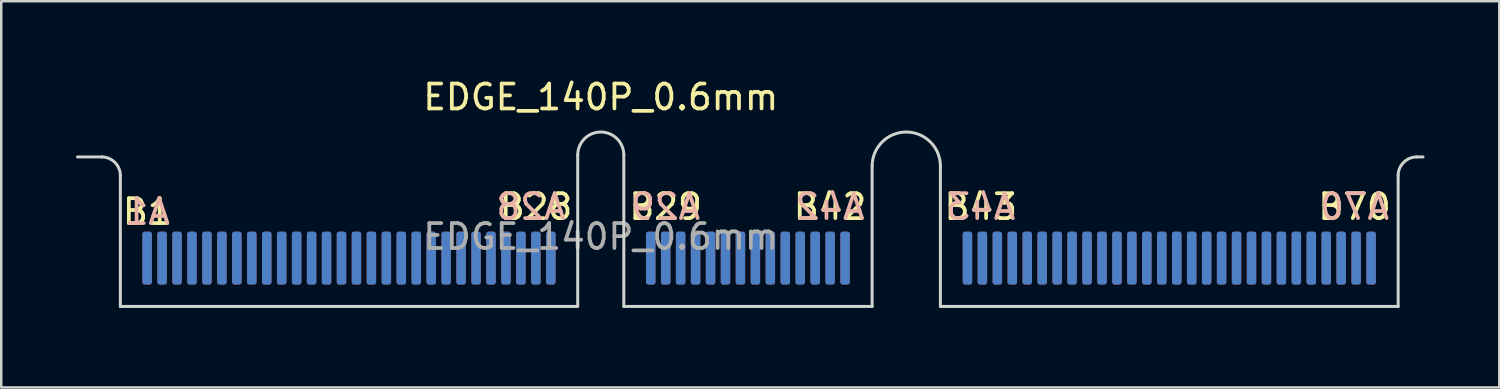
<source format=kicad_pcb>
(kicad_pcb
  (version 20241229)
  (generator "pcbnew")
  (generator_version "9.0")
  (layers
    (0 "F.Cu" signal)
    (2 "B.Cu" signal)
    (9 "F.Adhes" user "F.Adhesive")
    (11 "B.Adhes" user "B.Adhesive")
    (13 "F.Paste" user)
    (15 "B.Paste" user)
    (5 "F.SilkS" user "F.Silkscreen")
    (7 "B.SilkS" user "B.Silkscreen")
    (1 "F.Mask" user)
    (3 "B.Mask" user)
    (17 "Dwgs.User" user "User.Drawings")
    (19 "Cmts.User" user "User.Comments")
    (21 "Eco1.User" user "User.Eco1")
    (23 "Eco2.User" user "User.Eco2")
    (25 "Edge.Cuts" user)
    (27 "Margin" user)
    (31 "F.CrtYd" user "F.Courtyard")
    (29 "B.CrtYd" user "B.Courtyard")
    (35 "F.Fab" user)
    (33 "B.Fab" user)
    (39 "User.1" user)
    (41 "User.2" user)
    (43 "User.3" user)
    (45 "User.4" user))
  (footprint "EDGE_140P_0.6mm"
    (layer "F.Cu")
    (at 21.06 9.248)
    (property "Reference" "EDGE_140P_0.6mm" (at 0 -8.4 0) (unlocked yes) (layer "F.SilkS") (effects (font (size 1 1) (thickness 0.15))))
    (attr smd)
    (fp_line (start -20.03 -6) (end -21 -6) (stroke (width 0.12) (type solid)) (layer "Edge.Cuts"))
    (fp_line (start -19.28 0) (end -19.28 -5.25) (stroke (width 0.12) (type solid)) (layer "Edge.Cuts"))
    (fp_line (start -0.95 0) (end -19.28 0) (stroke (width 0.12) (type solid)) (layer "Edge.Cuts"))
    (fp_line (start -0.925 0) (end -0.925 -6.075) (stroke (width 0.12) (type solid)) (layer "Edge.Cuts"))
    (fp_line (start 0.925 -6.075) (end 0.925 0) (stroke (width 0.12) (type solid)) (layer "Edge.Cuts"))
    (fp_line (start 0.925 0) (end 10.89 0) (stroke (width 0.12) (type solid)) (layer "Edge.Cuts"))
    (fp_line (start 10.89 0) (end 10.89 -5.63) (stroke (width 0.12) (type solid)) (layer "Edge.Cuts"))
    (fp_line (start 13.63 -5.63) (end 13.63 0) (stroke (width 0.12) (type solid)) (layer "Edge.Cuts"))
    (fp_line (start 13.63 0) (end 32 0) (stroke (width 0.12) (type solid)) (layer "Edge.Cuts"))
    (fp_line (start 32 0) (end 32 -5.25) (stroke (width 0.12) (type solid)) (layer "Edge.Cuts"))
    (fp_line (start 32.75 -6) (end 33 -6) (stroke (width 0.12) (type solid)) (layer "Edge.Cuts"))
    (fp_arc (start -20.03 -6) (mid -19.499671 -5.78033) (end -19.28 -5.25) (stroke (width 0.12) (type solid)) (layer "Edge.Cuts"))
    (fp_arc (start -0.925 -6.075) (mid 0 -7) (end 0.925 -6.075) (stroke (width 0.12) (type solid)) (layer "Edge.Cuts"))
    (fp_arc (start 10.89 -5.63) (mid 12.26 -7) (end 13.63 -5.63) (stroke (width 0.12) (type solid)) (layer "Edge.Cuts"))
    (fp_arc (start 32 -5.25) (mid 32.21967 -5.78033) (end 32.75 -6) (stroke (width 0.12) (type solid)) (layer "Edge.Cuts"))
    (fp_text user "B28" (at -2.6 -4 0) (unlocked yes) (layer "F.SilkS") (effects (font (size 1 1) (thickness 0.15))))
    (fp_text user "B42" (at 9.2 -4 0) (unlocked yes) (layer "F.SilkS") (effects (font (size 1 1) (thickness 0.15))))
    (fp_text user "B43" (at 15.25 -4 0) (unlocked yes) (layer "F.SilkS") (effects (font (size 1 1) (thickness 0.15))))
    (fp_text user "B70" (at 30.25 -4 0) (unlocked yes) (layer "F.SilkS") (effects (font (size 1 1) (thickness 0.15))))
    (fp_text user "B1" (at -18.2 -3.8 0) (unlocked yes) (layer "F.SilkS") (effects (font (size 1 1) (thickness 0.15))))
    (fp_text user "B29" (at 2.6 -4 0) (unlocked yes) (layer "F.SilkS") (effects (font (size 1 1) (thickness 0.15))))
    (fp_text user "A28" (at -2.8 -4 0) (unlocked yes) (layer "B.SilkS") (effects (font (size 1 1) (thickness 0.15)) (justify mirror)))
    (fp_text user "A1" (at -18.2 -3.8 0) (unlocked yes) (layer "B.SilkS") (effects (font (size 1 1) (thickness 0.15)) (justify mirror)))
    (fp_text user "A42" (at 9.2 -4 0) (unlocked yes) (layer "B.SilkS") (effects (font (size 1 1) (thickness 0.15)) (justify mirror)))
    (fp_text user "A29" (at 2.6 -4 0) (unlocked yes) (layer "B.SilkS") (effects (font (size 1 1) (thickness 0.15)) (justify mirror)))
    (fp_text user "A43" (at 15.25 -4 0) (unlocked yes) (layer "B.SilkS") (effects (font (size 1 1) (thickness 0.15)) (justify mirror)))
    (fp_text user "A70" (at 30.25 -4 0) (unlocked yes) (layer "B.SilkS") (effects (font (size 1 1) (thickness 0.15)) (justify mirror)))
    (fp_text user "${REFERENCE}" (at 0 -2.8 0) (unlocked yes) (layer "F.Fab") (effects (font (size 1 1) (thickness 0.15))))
    (pad "A1" connect roundrect (at -18.205 -1.94) (size 0.38 2.12) (layers "B.Cu" "B.Mask") (roundrect_rratio 0.25))
    (pad "A2" connect roundrect (at -17.605 -1.94) (size 0.38 2.12) (layers "B.Cu" "B.Mask") (roundrect_rratio 0.25))
    (pad "A3" connect roundrect (at -17.005 -1.94) (size 0.38 2.12) (layers "B.Cu" "B.Mask") (roundrect_rratio 0.25))
    (pad "A4" connect roundrect (at -16.405 -1.94) (size 0.38 2.12) (layers "B.Cu" "B.Mask") (roundrect_rratio 0.25))
    (pad "A5" connect roundrect (at -15.805 -1.94) (size 0.38 2.12) (layers "B.Cu" "B.Mask") (roundrect_rratio 0.25))
    (pad "A6" connect roundrect (at -15.205 -1.94) (size 0.38 2.12) (layers "B.Cu" "B.Mask") (roundrect_rratio 0.25))
    (pad "A7" connect roundrect (at -14.605 -1.94) (size 0.38 2.12) (layers "B.Cu" "B.Mask") (roundrect_rratio 0.25))
    (pad "A8" connect roundrect (at -14.005 -1.94) (size 0.38 2.12) (layers "B.Cu" "B.Mask") (roundrect_rratio 0.25))
    (pad "A9" connect roundrect (at -13.405 -1.94) (size 0.38 2.12) (layers "B.Cu" "B.Mask") (roundrect_rratio 0.25))
    (pad "A10" connect roundrect (at -12.805 -1.94) (size 0.38 2.12) (layers "B.Cu" "B.Mask") (roundrect_rratio 0.25))
    (pad "A11" connect roundrect (at -12.205 -1.94) (size 0.38 2.12) (layers "B.Cu" "B.Mask") (roundrect_rratio 0.25))
    (pad "A12" connect roundrect (at -11.605 -1.94) (size 0.38 2.12) (layers "B.Cu" "B.Mask") (roundrect_rratio 0.25))
    (pad "A13" connect roundrect (at -11.005 -1.94) (size 0.38 2.12) (layers "B.Cu" "B.Mask") (roundrect_rratio 0.25))
    (pad "A14" connect roundrect (at -10.405 -1.94) (size 0.38 2.12) (layers "B.Cu" "B.Mask") (roundrect_rratio 0.25))
    (pad "A15" connect roundrect (at -9.805 -1.94) (size 0.38 2.12) (layers "B.Cu" "B.Mask") (roundrect_rratio 0.25))
    (pad "A16" connect roundrect (at -9.205 -1.94) (size 0.38 2.12) (layers "B.Cu" "B.Mask") (roundrect_rratio 0.25))
    (pad "A17" connect roundrect (at -8.605 -1.94) (size 0.38 2.12) (layers "B.Cu" "B.Mask") (roundrect_rratio 0.25))
    (pad "A18" connect roundrect (at -8.005 -1.94) (size 0.38 2.12) (layers "B.Cu" "B.Mask") (roundrect_rratio 0.25))
    (pad "A19" connect roundrect (at -7.405 -1.94) (size 0.38 2.12) (layers "B.Cu" "B.Mask") (roundrect_rratio 0.25))
    (pad "A20" connect roundrect (at -6.805 -1.94) (size 0.38 2.12) (layers "B.Cu" "B.Mask") (roundrect_rratio 0.25))
    (pad "A21" connect roundrect (at -6.205 -1.94) (size 0.38 2.12) (layers "B.Cu" "B.Mask") (roundrect_rratio 0.25))
    (pad "A22" connect roundrect (at -5.605 -1.94) (size 0.38 2.12) (layers "B.Cu" "B.Mask") (roundrect_rratio 0.25))
    (pad "A23" connect roundrect (at -5.005 -1.94) (size 0.38 2.12) (layers "B.Cu" "B.Mask") (roundrect_rratio 0.25))
    (pad "A24" connect roundrect (at -4.405 -1.94) (size 0.38 2.12) (layers "B.Cu" "B.Mask") (roundrect_rratio 0.25))
    (pad "A25" connect roundrect (at -3.805 -1.94) (size 0.38 2.12) (layers "B.Cu" "B.Mask") (roundrect_rratio 0.25))
    (pad "A26" connect roundrect (at -3.205 -1.94) (size 0.38 2.12) (layers "B.Cu" "B.Mask") (roundrect_rratio 0.25))
    (pad "A27" connect roundrect (at -2.605 -1.94) (size 0.38 2.12) (layers "B.Cu" "B.Mask") (roundrect_rratio 0.25))
    (pad "A28" connect roundrect (at -2.005 -1.94) (size 0.38 2.12) (layers "B.Cu" "B.Mask") (roundrect_rratio 0.25))
    (pad "A29" connect roundrect (at 2.005 -1.94) (size 0.38 2.12) (layers "B.Cu" "B.Mask") (roundrect_rratio 0.25))
    (pad "A30" connect roundrect (at 2.605 -1.94) (size 0.38 2.12) (layers "B.Cu" "B.Mask") (roundrect_rratio 0.25))
    (pad "A31" connect roundrect (at 3.205 -1.94) (size 0.38 2.12) (layers "B.Cu" "B.Mask") (roundrect_rratio 0.25))
    (pad "A32" connect roundrect (at 3.805 -1.94) (size 0.38 2.12) (layers "B.Cu" "B.Mask") (roundrect_rratio 0.25))
    (pad "A33" connect roundrect (at 4.405 -1.94) (size 0.38 2.12) (layers "B.Cu" "B.Mask") (roundrect_rratio 0.25))
    (pad "A34" connect roundrect (at 5.005 -1.94) (size 0.38 2.12) (layers "B.Cu" "B.Mask") (roundrect_rratio 0.25))
    (pad "A35" connect roundrect (at 5.605 -1.94) (size 0.38 2.12) (layers "B.Cu" "B.Mask") (roundrect_rratio 0.25))
    (pad "A36" connect roundrect (at 6.205 -1.94) (size 0.38 2.12) (layers "B.Cu" "B.Mask") (roundrect_rratio 0.25))
    (pad "A37" connect roundrect (at 6.805 -1.94) (size 0.38 2.12) (layers "B.Cu" "B.Mask") (roundrect_rratio 0.25))
    (pad "A38" connect roundrect (at 7.405 -1.94) (size 0.38 2.12) (layers "B.Cu" "B.Mask") (roundrect_rratio 0.25))
    (pad "A39" connect roundrect (at 8.005 -1.94) (size 0.38 2.12) (layers "B.Cu" "B.Mask") (roundrect_rratio 0.25))
    (pad "A40" connect roundrect (at 8.605 -1.94) (size 0.38 2.12) (layers "B.Cu" "B.Mask") (roundrect_rratio 0.25))
    (pad "A41" connect roundrect (at 9.205 -1.94) (size 0.38 2.12) (layers "B.Cu" "B.Mask") (roundrect_rratio 0.25))
    (pad "A42" connect roundrect (at 9.805 -1.94) (size 0.38 2.12) (layers "B.Cu" "B.Mask") (roundrect_rratio 0.25))
    (pad "A43" connect roundrect (at 14.715 -1.94) (size 0.38 2.12) (layers "B.Cu" "B.Mask") (roundrect_rratio 0.25))
    (pad "A44" connect roundrect (at 15.315 -1.94) (size 0.38 2.12) (layers "B.Cu" "B.Mask") (roundrect_rratio 0.25))
    (pad "A45" connect roundrect (at 15.915 -1.94) (size 0.38 2.12) (layers "B.Cu" "B.Mask") (roundrect_rratio 0.25))
    (pad "A46" connect roundrect (at 16.515 -1.94) (size 0.38 2.12) (layers "B.Cu" "B.Mask") (roundrect_rratio 0.25))
    (pad "A47" connect roundrect (at 17.115 -1.94) (size 0.38 2.12) (layers "B.Cu" "B.Mask") (roundrect_rratio 0.25))
    (pad "A48" connect roundrect (at 17.715 -1.94) (size 0.38 2.12) (layers "B.Cu" "B.Mask") (roundrect_rratio 0.25))
    (pad "A49" connect roundrect (at 18.315 -1.94) (size 0.38 2.12) (layers "B.Cu" "B.Mask") (roundrect_rratio 0.25))
    (pad "A50" connect roundrect (at 18.915 -1.94) (size 0.38 2.12) (layers "B.Cu" "B.Mask") (roundrect_rratio 0.25))
    (pad "A51" connect roundrect (at 19.515 -1.94) (size 0.38 2.12) (layers "B.Cu" "B.Mask") (roundrect_rratio 0.25))
    (pad "A52" connect roundrect (at 20.115 -1.94) (size 0.38 2.12) (layers "B.Cu" "B.Mask") (roundrect_rratio 0.25))
    (pad "A53" connect roundrect (at 20.715 -1.94) (size 0.38 2.12) (layers "B.Cu" "B.Mask") (roundrect_rratio 0.25))
    (pad "A54" connect roundrect (at 21.315 -1.94) (size 0.38 2.12) (layers "B.Cu" "B.Mask") (roundrect_rratio 0.25))
    (pad "A55" connect roundrect (at 21.915 -1.94) (size 0.38 2.12) (layers "B.Cu" "B.Mask") (roundrect_rratio 0.25))
    (pad "A56" connect roundrect (at 22.515 -1.94) (size 0.38 2.12) (layers "B.Cu" "B.Mask") (roundrect_rratio 0.25))
    (pad "A57" connect roundrect (at 23.115 -1.94) (size 0.38 2.12) (layers "B.Cu" "B.Mask") (roundrect_rratio 0.25))
    (pad "A58" connect roundrect (at 23.715 -1.94) (size 0.38 2.12) (layers "B.Cu" "B.Mask") (roundrect_rratio 0.25))
    (pad "A59" connect roundrect (at 24.315 -1.94) (size 0.38 2.12) (layers "B.Cu" "B.Mask") (roundrect_rratio 0.25))
    (pad "A60" connect roundrect (at 24.915 -1.94) (size 0.38 2.12) (layers "B.Cu" "B.Mask") (roundrect_rratio 0.25))
    (pad "A61" connect roundrect (at 25.515 -1.94) (size 0.38 2.12) (layers "B.Cu" "B.Mask") (roundrect_rratio 0.25))
    (pad "A62" connect roundrect (at 26.115 -1.94) (size 0.38 2.12) (layers "B.Cu" "B.Mask") (roundrect_rratio 0.25))
    (pad "A63" connect roundrect (at 26.715 -1.94) (size 0.38 2.12) (layers "B.Cu" "B.Mask") (roundrect_rratio 0.25))
    (pad "A64" connect roundrect (at 27.315 -1.94) (size 0.38 2.12) (layers "B.Cu" "B.Mask") (roundrect_rratio 0.25))
    (pad "A65" connect roundrect (at 27.915 -1.94) (size 0.38 2.12) (layers "B.Cu" "B.Mask") (roundrect_rratio 0.25))
    (pad "A66" connect roundrect (at 28.515 -1.94) (size 0.38 2.12) (layers "B.Cu" "B.Mask") (roundrect_rratio 0.25))
    (pad "A67" connect roundrect (at 29.115 -1.94) (size 0.38 2.12) (layers "B.Cu" "B.Mask") (roundrect_rratio 0.25))
    (pad "A68" connect roundrect (at 29.715 -1.94) (size 0.38 2.12) (layers "B.Cu" "B.Mask") (roundrect_rratio 0.25))
    (pad "A69" connect roundrect (at 30.315 -1.94) (size 0.38 2.12) (layers "B.Cu" "B.Mask") (roundrect_rratio 0.25))
    (pad "A70" connect roundrect (at 30.915 -1.94) (size 0.38 2.12) (layers "B.Cu" "B.Mask") (roundrect_rratio 0.25))
    (pad "B1" connect roundrect (at -18.205 -1.94) (size 0.38 2.12) (layers "F.Cu" "F.Mask") (roundrect_rratio 0.25))
    (pad "B2" connect roundrect (at -17.605 -1.94) (size 0.38 2.12) (layers "F.Cu" "F.Mask") (roundrect_rratio 0.25))
    (pad "B3" connect roundrect (at -17.005 -1.94) (size 0.38 2.12) (layers "F.Cu" "F.Mask") (roundrect_rratio 0.25))
    (pad "B4" connect roundrect (at -16.405 -1.94) (size 0.38 2.12) (layers "F.Cu" "F.Mask") (roundrect_rratio 0.25))
    (pad "B5" connect roundrect (at -15.805 -1.94) (size 0.38 2.12) (layers "F.Cu" "F.Mask") (roundrect_rratio 0.25))
    (pad "B6" connect roundrect (at -15.205 -1.94) (size 0.38 2.12) (layers "F.Cu" "F.Mask") (roundrect_rratio 0.25))
    (pad "B7" connect roundrect (at -14.605 -1.94) (size 0.38 2.12) (layers "F.Cu" "F.Mask") (roundrect_rratio 0.25))
    (pad "B8" connect roundrect (at -14.005 -1.94) (size 0.38 2.12) (layers "F.Cu" "F.Mask") (roundrect_rratio 0.25))
    (pad "B9" connect roundrect (at -13.405 -1.94) (size 0.38 2.12) (layers "F.Cu" "F.Mask") (roundrect_rratio 0.25))
    (pad "B10" connect roundrect (at -12.805 -1.94) (size 0.38 2.12) (layers "F.Cu" "F.Mask") (roundrect_rratio 0.25))
    (pad "B11" connect roundrect (at -12.205 -1.94) (size 0.38 2.12) (layers "F.Cu" "F.Mask") (roundrect_rratio 0.25))
    (pad "B12" connect roundrect (at -11.605 -1.94) (size 0.38 2.12) (layers "F.Cu" "F.Mask") (roundrect_rratio 0.25))
    (pad "B13" connect roundrect (at -11.005 -1.94) (size 0.38 2.12) (layers "F.Cu" "F.Mask") (roundrect_rratio 0.25))
    (pad "B14" connect roundrect (at -10.405 -1.94) (size 0.38 2.12) (layers "F.Cu" "F.Mask") (roundrect_rratio 0.25))
    (pad "B15" connect roundrect (at -9.805 -1.94) (size 0.38 2.12) (layers "F.Cu" "F.Mask") (roundrect_rratio 0.25))
    (pad "B16" connect roundrect (at -9.205 -1.94) (size 0.38 2.12) (layers "F.Cu" "F.Mask") (roundrect_rratio 0.25))
    (pad "B17" connect roundrect (at -8.605 -1.94) (size 0.38 2.12) (layers "F.Cu" "F.Mask") (roundrect_rratio 0.25))
    (pad "B18" connect roundrect (at -8.005 -1.94) (size 0.38 2.12) (layers "F.Cu" "F.Mask") (roundrect_rratio 0.25))
    (pad "B19" connect roundrect (at -7.405 -1.94) (size 0.38 2.12) (layers "F.Cu" "F.Mask") (roundrect_rratio 0.25))
    (pad "B20" connect roundrect (at -6.805 -1.94) (size 0.38 2.12) (layers "F.Cu" "F.Mask") (roundrect_rratio 0.25))
    (pad "B21" connect roundrect (at -6.205 -1.94) (size 0.38 2.12) (layers "F.Cu" "F.Mask") (roundrect_rratio 0.25))
    (pad "B22" connect roundrect (at -5.605 -1.94) (size 0.38 2.12) (layers "F.Cu" "F.Mask") (roundrect_rratio 0.25))
    (pad "B23" connect roundrect (at -5.005 -1.94) (size 0.38 2.12) (layers "F.Cu" "F.Mask") (roundrect_rratio 0.25))
    (pad "B24" connect roundrect (at -4.405 -1.94) (size 0.38 2.12) (layers "F.Cu" "F.Mask") (roundrect_rratio 0.25))
    (pad "B25" connect roundrect (at -3.805 -1.94) (size 0.38 2.12) (layers "F.Cu" "F.Mask") (roundrect_rratio 0.25))
    (pad "B26" connect roundrect (at -3.205 -1.94) (size 0.38 2.12) (layers "F.Cu" "F.Mask") (roundrect_rratio 0.25))
    (pad "B27" connect roundrect (at -2.605 -1.94) (size 0.38 2.12) (layers "F.Cu" "F.Mask") (roundrect_rratio 0.25))
    (pad "B28" connect roundrect (at -2.005 -1.94) (size 0.38 2.12) (layers "F.Cu" "F.Mask") (roundrect_rratio 0.25))
    (pad "B29" connect roundrect (at 2.005 -1.94) (size 0.38 2.12) (layers "F.Cu" "F.Mask") (roundrect_rratio 0.25))
    (pad "B30" connect roundrect (at 2.605 -1.94) (size 0.38 2.12) (layers "F.Cu" "F.Mask") (roundrect_rratio 0.25))
    (pad "B31" connect roundrect (at 3.205 -1.94) (size 0.38 2.12) (layers "F.Cu" "F.Mask") (roundrect_rratio 0.25))
    (pad "B32" connect roundrect (at 3.805 -1.94) (size 0.38 2.12) (layers "F.Cu" "F.Mask") (roundrect_rratio 0.25))
    (pad "B33" connect roundrect (at 4.405 -1.94) (size 0.38 2.12) (layers "F.Cu" "F.Mask") (roundrect_rratio 0.25))
    (pad "B34" connect roundrect (at 5.005 -1.94) (size 0.38 2.12) (layers "F.Cu" "F.Mask") (roundrect_rratio 0.25))
    (pad "B35" connect roundrect (at 5.605 -1.94) (size 0.38 2.12) (layers "F.Cu" "F.Mask") (roundrect_rratio 0.25))
    (pad "B36" connect roundrect (at 6.205 -1.94) (size 0.38 2.12) (layers "F.Cu" "F.Mask") (roundrect_rratio 0.25))
    (pad "B37" connect roundrect (at 6.805 -1.94) (size 0.38 2.12) (layers "F.Cu" "F.Mask") (roundrect_rratio 0.25))
    (pad "B38" connect roundrect (at 7.405 -1.94) (size 0.38 2.12) (layers "F.Cu" "F.Mask") (roundrect_rratio 0.25))
    (pad "B39" connect roundrect (at 8.005 -1.94) (size 0.38 2.12) (layers "F.Cu" "F.Mask") (roundrect_rratio 0.25))
    (pad "B40" connect roundrect (at 8.605 -1.94) (size 0.38 2.12) (layers "F.Cu" "F.Mask") (roundrect_rratio 0.25))
    (pad "B41" connect roundrect (at 9.205 -1.94) (size 0.38 2.12) (layers "F.Cu" "F.Mask") (roundrect_rratio 0.25))
    (pad "B42" connect roundrect (at 9.805 -1.94) (size 0.38 2.12) (layers "F.Cu" "F.Mask") (roundrect_rratio 0.25))
    (pad "B43" connect roundrect (at 14.715 -1.94) (size 0.38 2.12) (layers "F.Cu" "F.Mask") (roundrect_rratio 0.25))
    (pad "B44" connect roundrect (at 15.315 -1.94) (size 0.38 2.12) (layers "F.Cu" "F.Mask") (roundrect_rratio 0.25))
    (pad "B45" connect roundrect (at 15.915 -1.94) (size 0.38 2.12) (layers "F.Cu" "F.Mask") (roundrect_rratio 0.25))
    (pad "B46" connect roundrect (at 16.515 -1.94) (size 0.38 2.12) (layers "F.Cu" "F.Mask") (roundrect_rratio 0.25))
    (pad "B47" connect roundrect (at 17.115 -1.94) (size 0.38 2.12) (layers "F.Cu" "F.Mask") (roundrect_rratio 0.25))
    (pad "B48" connect roundrect (at 17.715 -1.94) (size 0.38 2.12) (layers "F.Cu" "F.Mask") (roundrect_rratio 0.25))
    (pad "B49" connect roundrect (at 18.315 -1.94) (size 0.38 2.12) (layers "F.Cu" "F.Mask") (roundrect_rratio 0.25))
    (pad "B50" connect roundrect (at 18.915 -1.94) (size 0.38 2.12) (layers "F.Cu" "F.Mask") (roundrect_rratio 0.25))
    (pad "B51" connect roundrect (at 19.515 -1.94) (size 0.38 2.12) (layers "F.Cu" "F.Mask") (roundrect_rratio 0.25))
    (pad "B52" connect roundrect (at 20.115 -1.94) (size 0.38 2.12) (layers "F.Cu" "F.Mask") (roundrect_rratio 0.25))
    (pad "B53" connect roundrect (at 20.715 -1.94) (size 0.38 2.12) (layers "F.Cu" "F.Mask") (roundrect_rratio 0.25))
    (pad "B54" connect roundrect (at 21.315 -1.94) (size 0.38 2.12) (layers "F.Cu" "F.Mask") (roundrect_rratio 0.25))
    (pad "B55" connect roundrect (at 21.915 -1.94) (size 0.38 2.12) (layers "F.Cu" "F.Mask") (roundrect_rratio 0.25))
    (pad "B56" connect roundrect (at 22.515 -1.94) (size 0.38 2.12) (layers "F.Cu" "F.Mask") (roundrect_rratio 0.25))
    (pad "B57" connect roundrect (at 23.115 -1.94) (size 0.38 2.12) (layers "F.Cu" "F.Mask") (roundrect_rratio 0.25))
    (pad "B58" connect roundrect (at 23.715 -1.94) (size 0.38 2.12) (layers "F.Cu" "F.Mask") (roundrect_rratio 0.25))
    (pad "B59" connect roundrect (at 24.315 -1.94) (size 0.38 2.12) (layers "F.Cu" "F.Mask") (roundrect_rratio 0.25))
    (pad "B60" connect roundrect (at 24.915 -1.94) (size 0.38 2.12) (layers "F.Cu" "F.Mask") (roundrect_rratio 0.25))
    (pad "B61" connect roundrect (at 25.515 -1.94) (size 0.38 2.12) (layers "F.Cu" "F.Mask") (roundrect_rratio 0.25))
    (pad "B62" connect roundrect (at 26.115 -1.94) (size 0.38 2.12) (layers "F.Cu" "F.Mask") (roundrect_rratio 0.25))
    (pad "B63" connect roundrect (at 26.715 -1.94) (size 0.38 2.12) (layers "F.Cu" "F.Mask") (roundrect_rratio 0.25))
    (pad "B64" connect roundrect (at 27.315 -1.94) (size 0.38 2.12) (layers "F.Cu" "F.Mask") (roundrect_rratio 0.25))
    (pad "B65" connect roundrect (at 27.915 -1.94) (size 0.38 2.12) (layers "F.Cu" "F.Mask") (roundrect_rratio 0.25))
    (pad "B66" connect roundrect (at 28.515 -1.94) (size 0.38 2.12) (layers "F.Cu" "F.Mask") (roundrect_rratio 0.25))
    (pad "B67" connect roundrect (at 29.115 -1.94) (size 0.38 2.12) (layers "F.Cu" "F.Mask") (roundrect_rratio 0.25))
    (pad "B68" connect roundrect (at 29.715 -1.94) (size 0.38 2.12) (layers "F.Cu" "F.Mask") (roundrect_rratio 0.25))
    (pad "B69" connect roundrect (at 30.315 -1.94) (size 0.38 2.12) (layers "F.Cu" "F.Mask") (roundrect_rratio 0.25))
    (pad "B70" connect roundrect (at 30.915 -1.94) (size 0.38 2.12) (layers "F.Cu" "F.Mask") (roundrect_rratio 0.25)))
  (gr_rect
    (start -3 -3)
    (end 57.12 12.498)
    (stroke (width 0.1) (type default))
    (fill no)
    (layer "Edge.Cuts")))
</source>
